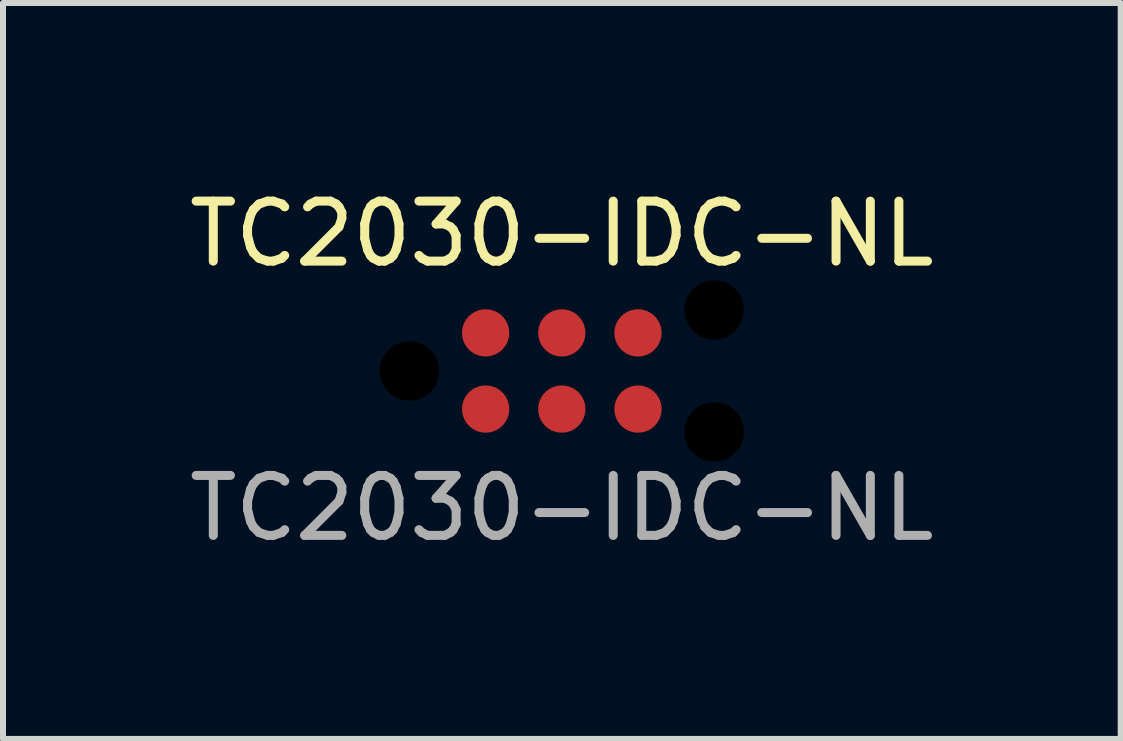
<source format=kicad_pcb>
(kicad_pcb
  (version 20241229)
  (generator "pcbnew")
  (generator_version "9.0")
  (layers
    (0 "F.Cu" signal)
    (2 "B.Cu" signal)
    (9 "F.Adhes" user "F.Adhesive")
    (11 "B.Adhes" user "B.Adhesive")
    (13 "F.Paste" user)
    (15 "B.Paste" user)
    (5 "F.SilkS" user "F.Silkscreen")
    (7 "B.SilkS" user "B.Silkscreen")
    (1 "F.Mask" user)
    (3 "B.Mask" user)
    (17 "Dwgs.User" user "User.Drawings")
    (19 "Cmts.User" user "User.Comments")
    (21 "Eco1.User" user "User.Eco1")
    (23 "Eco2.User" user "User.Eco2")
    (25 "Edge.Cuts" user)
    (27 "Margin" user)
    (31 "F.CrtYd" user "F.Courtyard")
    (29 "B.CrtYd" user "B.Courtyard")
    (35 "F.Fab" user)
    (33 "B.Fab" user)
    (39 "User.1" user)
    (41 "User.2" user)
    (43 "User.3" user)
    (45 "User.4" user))
  (footprint "TC2030-IDC-NL"
    (layer "F.Cu")
    (at 6.315 3.134)
    (property "Reference" "TC2030-IDC-NL" (at 0 -2.286 0) (unlocked yes) (layer "F.SilkS") (effects (font (size 1 1) (thickness 0.15))))
    (attr smd)
    (fp_text user "${REFERENCE}" (at 0 2.286 0) (unlocked yes) (layer "F.Fab") (effects (font (size 1 1) (thickness 0.15))))
    (pad "" np_thru_hole circle (at -2.54 0) (size 0.991 0.991) (drill 0.991) (layers "*.Mask"))
    (pad "" np_thru_hole circle (at 2.54 -1.016) (size 0.991 0.991) (drill 0.991) (layers "*.Mask"))
    (pad "" np_thru_hole circle (at 2.54 1.016) (size 0.991 0.991) (drill 0.991) (layers "*.Mask"))
    (pad "1" smd circle (at -1.27 0.635) (size 0.787 0.787) (layers "F.Cu" "F.Mask"))
    (pad "2" smd circle (at -1.27 -0.635) (size 0.787 0.787) (layers "F.Cu" "F.Mask"))
    (pad "3" smd circle (at 0 0.635) (size 0.787 0.787) (layers "F.Cu" "F.Mask"))
    (pad "4" smd circle (at 0 -0.635) (size 0.787 0.787) (layers "F.Cu" "F.Mask"))
    (pad "5" smd circle (at 1.27 0.635) (size 0.787 0.787) (layers "F.Cu" "F.Mask"))
    (pad "6" smd circle (at 1.27 -0.635) (size 0.787 0.787) (layers "F.Cu" "F.Mask"))
    (zone (net_name "") (layers "F.Cu" "B.Cu") (name "KEEP_OUT") (hatch edge 0.508) (connect_pads) (min_thickness 0.254) (filled_areas_thickness no) (keepout (tracks not_allowed) (vias not_allowed) (pads not_allowed) (copperpour not_allowed) (footprints not_allowed)) (placement (enabled no)) (fill) (polygon (pts (xy 7.585 3.769) (xy 5.045 3.769) (xy 5.045 2.499) (xy 7.585 2.499)))))
  (gr_rect
    (start -3 -3)
    (end 15.631 9.268)
    (stroke (width 0.1) (type default))
    (fill no)
    (layer "Edge.Cuts")))
</source>
